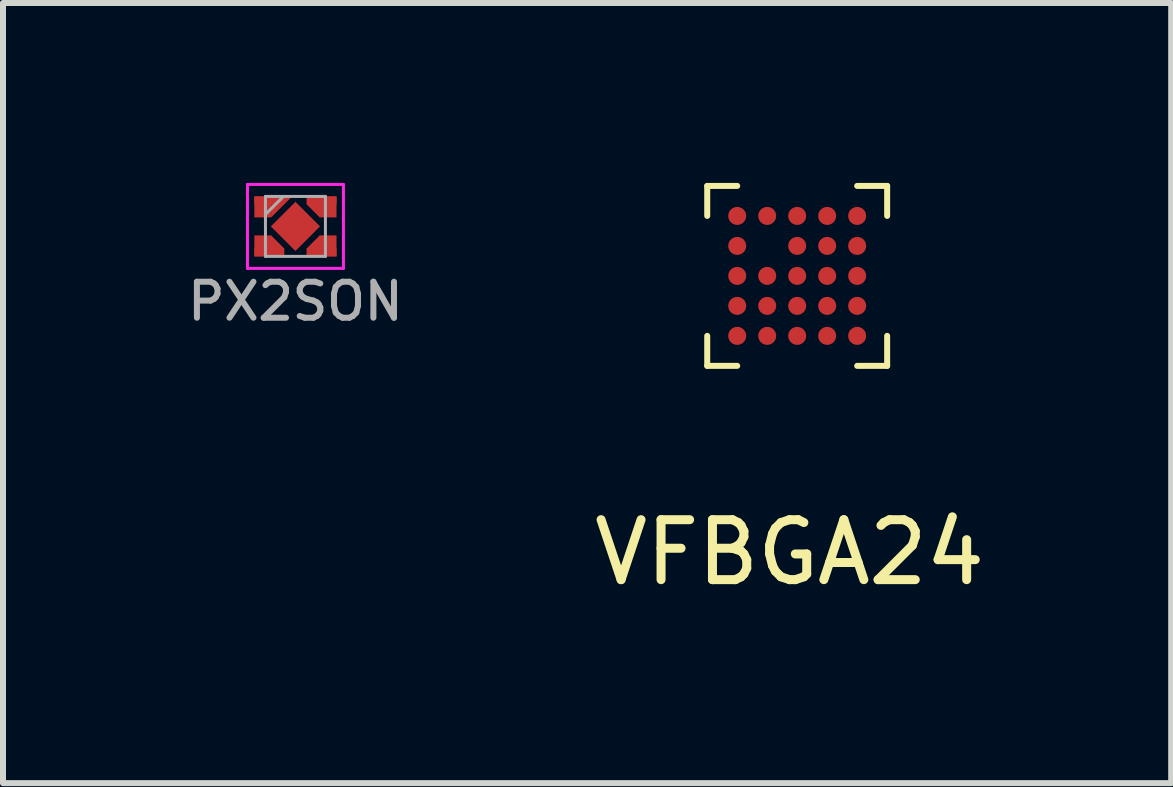
<source format=kicad_pcb>
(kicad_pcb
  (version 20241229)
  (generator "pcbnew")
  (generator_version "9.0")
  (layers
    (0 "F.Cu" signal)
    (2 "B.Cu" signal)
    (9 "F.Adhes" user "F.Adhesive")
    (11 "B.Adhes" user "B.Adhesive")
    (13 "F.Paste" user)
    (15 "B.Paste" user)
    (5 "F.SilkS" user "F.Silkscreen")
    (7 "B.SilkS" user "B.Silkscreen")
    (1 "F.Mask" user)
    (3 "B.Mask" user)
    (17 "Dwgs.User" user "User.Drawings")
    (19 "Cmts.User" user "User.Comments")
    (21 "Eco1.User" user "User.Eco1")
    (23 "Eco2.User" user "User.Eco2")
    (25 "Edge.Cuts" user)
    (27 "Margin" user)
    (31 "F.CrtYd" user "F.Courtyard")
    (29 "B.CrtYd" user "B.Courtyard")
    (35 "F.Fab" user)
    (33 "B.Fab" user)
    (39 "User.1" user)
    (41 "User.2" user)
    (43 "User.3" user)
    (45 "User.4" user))
  (footprint "PX2SON"
    (layer "F.Cu")
    (at 1.876 0.725)
    (property "Reference" "PX2SON" (at 0 1.25 180) (layer "F.Fab") (effects (font (size 0.6 0.6) (thickness 0.1))))
    (attr through_hole)
    (fp_line (start -0.8 -0.7) (end -0.8 0.7) (stroke (width 0.05) (type solid)) (layer "F.CrtYd"))
    (fp_line (start -0.8 0.7) (end 0.8 0.7) (stroke (width 0.05) (type solid)) (layer "F.CrtYd"))
    (fp_line (start 0.8 -0.7) (end -0.8 -0.7) (stroke (width 0.05) (type solid)) (layer "F.CrtYd"))
    (fp_line (start 0.8 0.7) (end 0.8 -0.7) (stroke (width 0.05) (type solid)) (layer "F.CrtYd"))
    (fp_line (start -0.5 -0.5) (end -0.5 0.5) (stroke (width 0.05) (type solid)) (layer "F.Fab"))
    (fp_line (start -0.5 -0.2) (end -0.2 -0.5) (stroke (width 0.05) (type solid)) (layer "F.Fab"))
    (fp_line (start -0.5 0.5) (end 0.5 0.5) (stroke (width 0.05) (type solid)) (layer "F.Fab"))
    (fp_line (start 0.5 -0.5) (end -0.5 -0.5) (stroke (width 0.05) (type solid)) (layer "F.Fab"))
    (fp_line (start 0.5 0.5) (end 0.5 -0.5) (stroke (width 0.05) (type solid)) (layer "F.Fab"))
    (fp_text user "${REFERENCE}" (at 0 -0.2 180) (layer "Eco1.User") (effects (font (size 0.2 0.2) (thickness 0.02))))
    (pad "1" smd rect (at -0.545 -0.325 90) (size 0.35 0.28) (layers "F.Cu" "F.Mask" "F.Paste"))
    (pad "1" smd rect (at -0.435 -0.435 90) (size 0.13 0.5) (layers "F.Cu" "F.Mask" "F.Paste"))
    (pad "1" smd trapezoid (at -0.318 -0.412 45) (size 0.247 0.247) (rect_delta 0 0.247) (layers "F.Cu" "F.Mask" "F.Paste"))
    (pad "2" smd rect (at -0.545 0.325 90) (size 0.35 0.28) (layers "F.Cu" "F.Mask" "F.Paste"))
    (pad "2" smd rect (at -0.435 0.435 90) (size 0.13 0.5) (layers "F.Cu" "F.Mask" "F.Paste"))
    (pad "2" smd rect (at -0.36 0.325 135) (size 0.311 0.184) (layers "F.Cu" "F.Mask" "F.Paste"))
    (pad "3" smd rect (at 0.36 0.325 45) (size 0.311 0.184) (layers "F.Cu" "F.Mask" "F.Paste"))
    (pad "3" smd rect (at 0.435 0.435 270) (size 0.13 0.5) (layers "F.Cu" "F.Mask" "F.Paste"))
    (pad "3" smd rect (at 0.545 0.325 270) (size 0.35 0.28) (layers "F.Cu" "F.Mask" "F.Paste"))
    (pad "4" smd rect (at 0.36 -0.325 315) (size 0.311 0.184) (layers "F.Cu" "F.Mask" "F.Paste"))
    (pad "4" smd rect (at 0.435 -0.435 270) (size 0.13 0.5) (layers "F.Cu" "F.Mask" "F.Paste"))
    (pad "4" smd rect (at 0.545 -0.325 270) (size 0.35 0.28) (layers "F.Cu" "F.Mask" "F.Paste"))
    (pad "5" smd rect (at 0 0 45) (size 0.58 0.58) (layers "F.Cu" "F.Mask" "F.Paste")))
  (footprint "VFBGA24"
    (layer "F.Cu")
    (at 10.242 1.55)
    (property "Reference" "VFBGA24" (at -0.127 4.61 0) (layer "F.SilkS") (effects (font (size 1 1) (thickness 0.15))))
    (attr through_hole)
    (fp_line (start -1.5 -1) (end -1.5 -1.5) (stroke (width 0.1) (type solid)) (layer "F.SilkS"))
    (fp_line (start -1.5 1) (end -1.5 1.5) (stroke (width 0.1) (type solid)) (layer "F.SilkS"))
    (fp_line (start -1 -1.5) (end -1.5 -1.5) (stroke (width 0.1) (type solid)) (layer "F.SilkS"))
    (fp_line (start -1 1.5) (end -1.5 1.5) (stroke (width 0.1) (type solid)) (layer "F.SilkS"))
    (fp_line (start 1 -1.5) (end 1.5 -1.5) (stroke (width 0.1) (type solid)) (layer "F.SilkS"))
    (fp_line (start 1 1.5) (end 1.5 1.5) (stroke (width 0.1) (type solid)) (layer "F.SilkS"))
    (fp_line (start 1.5 -1) (end 1.5 -1.5) (stroke (width 0.1) (type solid)) (layer "F.SilkS"))
    (fp_line (start 1.5 1) (end 1.5 1.5) (stroke (width 0.1) (type solid)) (layer "F.SilkS"))
    (pad "A1" smd circle (at -1 -1) (size 0.3 0.3) (layers "F.Cu" "F.Mask" "F.Paste"))
    (pad "A2" smd circle (at -0.5 -1) (size 0.3 0.3) (layers "F.Cu" "F.Mask" "F.Paste"))
    (pad "A3" smd circle (at 0 -1) (size 0.3 0.3) (layers "F.Cu" "F.Mask" "F.Paste"))
    (pad "A4" smd circle (at 0.5 -1) (size 0.3 0.3) (layers "F.Cu" "F.Mask" "F.Paste"))
    (pad "A5" smd circle (at 1 -1) (size 0.3 0.3) (layers "F.Cu" "F.Mask" "F.Paste"))
    (pad "B1" smd circle (at -1 -0.5) (size 0.3 0.3) (layers "F.Cu" "F.Mask" "F.Paste"))
    (pad "B3" smd circle (at 0 -0.5) (size 0.3 0.3) (layers "F.Cu" "F.Mask" "F.Paste"))
    (pad "B4" smd circle (at 0.5 -0.5) (size 0.3 0.3) (layers "F.Cu" "F.Mask" "F.Paste"))
    (pad "B5" smd circle (at 1 -0.5) (size 0.3 0.3) (layers "F.Cu" "F.Mask" "F.Paste"))
    (pad "C1" smd circle (at -1 0) (size 0.3 0.3) (layers "F.Cu" "F.Mask" "F.Paste"))
    (pad "C2" smd circle (at -0.5 0) (size 0.3 0.3) (layers "F.Cu" "F.Mask" "F.Paste"))
    (pad "C3" smd circle (at 0 0) (size 0.3 0.3) (layers "F.Cu" "F.Mask" "F.Paste"))
    (pad "C4" smd circle (at 0.5 0) (size 0.3 0.3) (layers "F.Cu" "F.Mask" "F.Paste"))
    (pad "C5" smd circle (at 1 0) (size 0.3 0.3) (layers "F.Cu" "F.Mask" "F.Paste"))
    (pad "D1" smd circle (at -1 0.5) (size 0.3 0.3) (layers "F.Cu" "F.Mask" "F.Paste"))
    (pad "D2" smd circle (at -0.5 0.5) (size 0.3 0.3) (layers "F.Cu" "F.Mask" "F.Paste"))
    (pad "D3" smd circle (at 0 0.5) (size 0.3 0.3) (layers "F.Cu" "F.Mask" "F.Paste"))
    (pad "D4" smd circle (at 0.5 0.5) (size 0.3 0.3) (layers "F.Cu" "F.Mask" "F.Paste"))
    (pad "D5" smd circle (at 1 0.5) (size 0.3 0.3) (layers "F.Cu" "F.Mask" "F.Paste"))
    (pad "E1" smd circle (at -1 1) (size 0.3 0.3) (layers "F.Cu" "F.Mask" "F.Paste"))
    (pad "E2" smd circle (at -0.5 1) (size 0.3 0.3) (layers "F.Cu" "F.Mask" "F.Paste"))
    (pad "E3" smd circle (at 0 1) (size 0.3 0.3) (layers "F.Cu" "F.Mask" "F.Paste"))
    (pad "E4" smd circle (at 0.5 1) (size 0.3 0.3) (layers "F.Cu" "F.Mask" "F.Paste"))
    (pad "E5" smd circle (at 1 1) (size 0.3 0.3) (layers "F.Cu" "F.Mask" "F.Paste")))
  (gr_rect
    (start -3 -3)
    (end 16.478 10.008)
    (stroke (width 0.1) (type default))
    (fill no)
    (layer "Edge.Cuts")))
</source>
